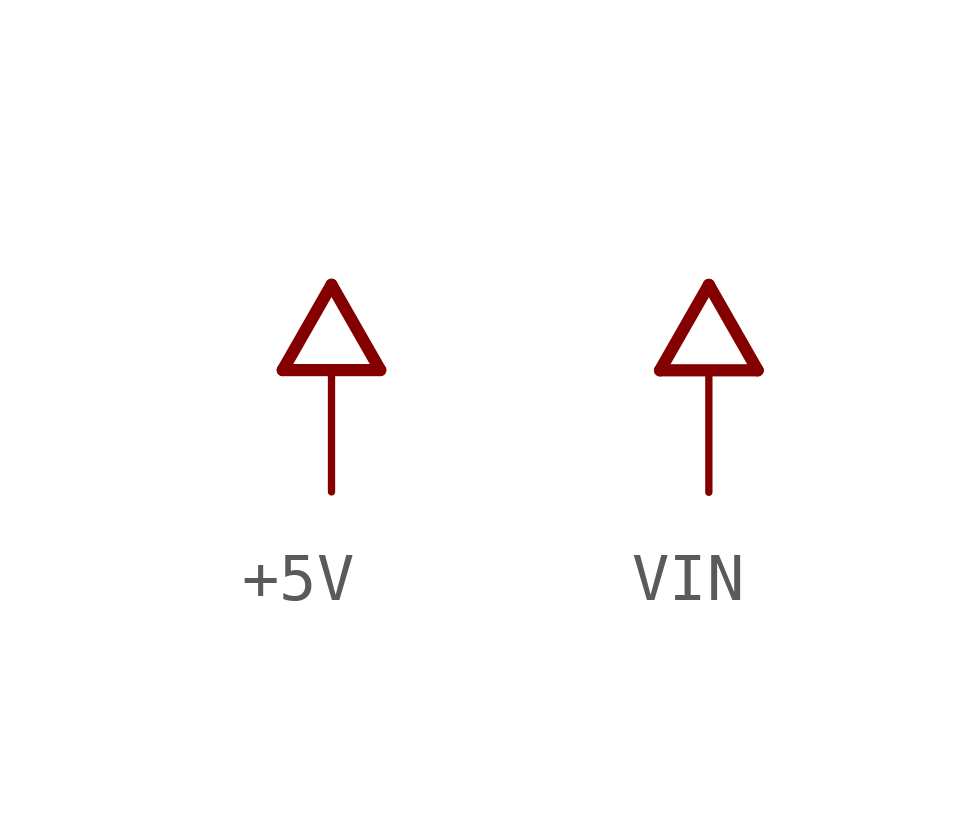
<source format=kicad_sym>
(kicad_symbol_lib
  (version 20231120)
  (generator "kicad_symbol_editor")
  (generator_version "8.0")
  (symbol "+5V"
    (power)
    (property "Reference" ""
      (at 0 0 0)
      (effects (font (size 1.27 1.27)) (hide yes)))
    (property "Value" ""
      (at -2.54 2.54 0)
      (effects (font (size 1.778 1.511)) (justify left bottom)))
    (property "ki_locked" ""
      (at 0 0 0)
      (effects (font (size 1.27 1.27))))
    (symbol "+5V_1_0"
      (polyline (pts (xy -1.016 0) (xy 1.016 0)) (stroke (width 0.254) (type solid)) (fill (type none)))
      (polyline (pts (xy 0 1.778) (xy -1.016 0)) (stroke (width 0.254) (type solid)) (fill (type none)))
      (polyline (pts (xy 1.016 0) (xy 0 1.778)) (stroke (width 0.254) (type solid)) (fill (type none)))
      (pin power_in line (at 0 -2.54 90) (length 2.54) (name "+5V" (effects (font (size 0 0)))) (number "1" (effects (font (size 0 0)))))))
  (symbol "VIN"
    (power)
    (property "Reference" ""
      (at 0 0 0)
      (effects (font (size 1.27 1.27)) (hide yes)))
    (property "Value" ""
      (at -2.032 2.54 0)
      (effects (font (size 1.778 1.511)) (justify left bottom)))
    (property "ki_locked" ""
      (at 0 0 0)
      (effects (font (size 1.27 1.27))))
    (symbol "VIN_1_0"
      (polyline (pts (xy -1.016 0) (xy 0 1.778)) (stroke (width 0.254) (type solid)) (fill (type none)))
      (polyline (pts (xy -1.016 0) (xy 1.016 0)) (stroke (width 0.254) (type solid)) (fill (type none)))
      (polyline (pts (xy 0 1.778) (xy 1.016 0)) (stroke (width 0.254) (type solid)) (fill (type none)))
      (pin power_in line (at 0 -2.54 90) (length 2.54) (name "VIN" (effects (font (size 0 0)))) (number "1" (effects (font (size 0 0))))))))
</source>
